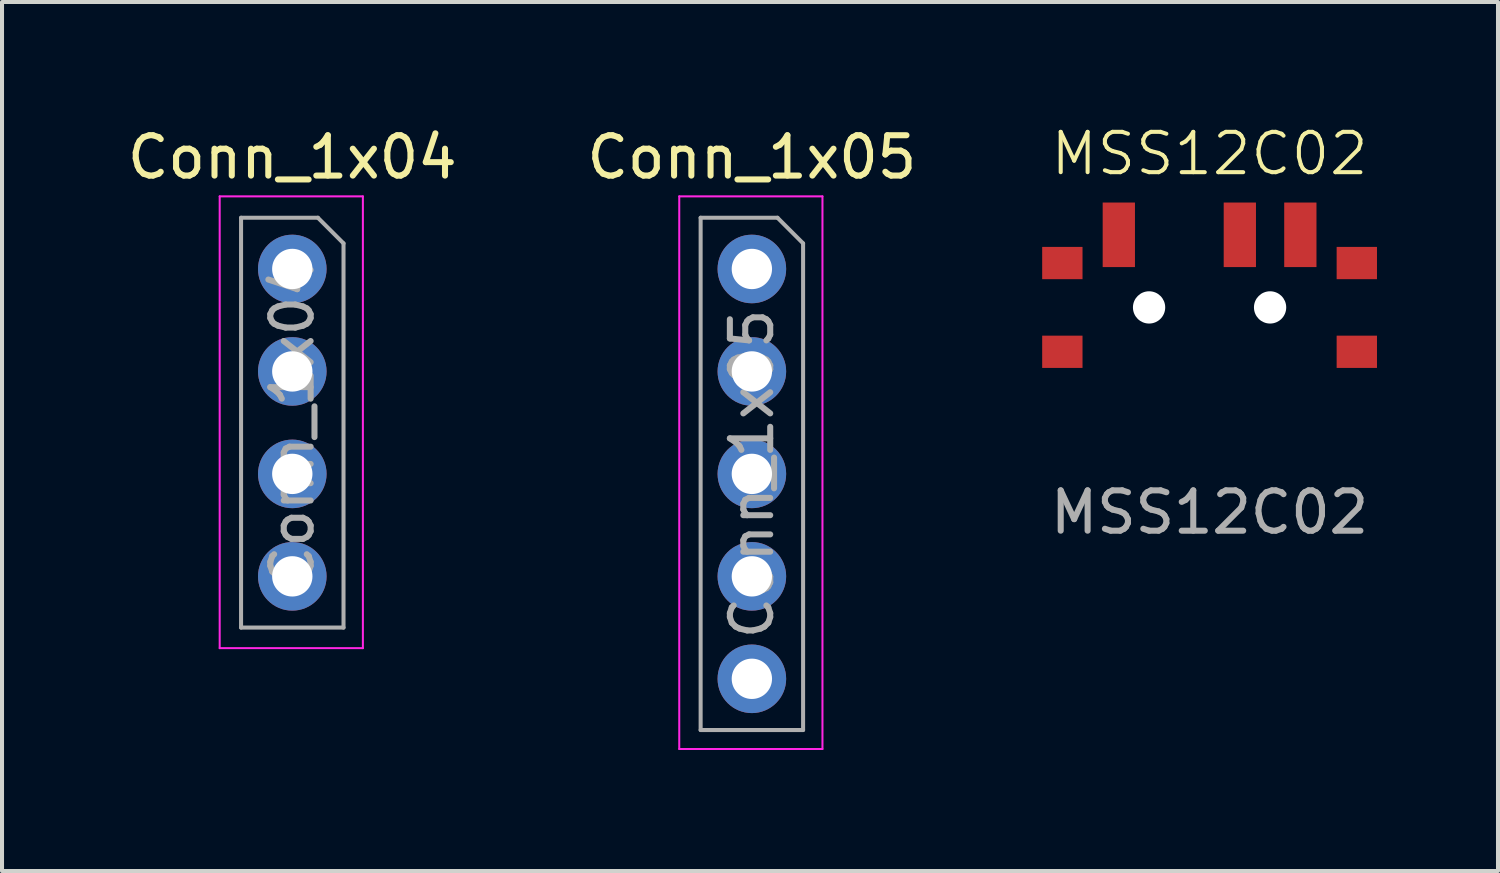
<source format=kicad_pcb>
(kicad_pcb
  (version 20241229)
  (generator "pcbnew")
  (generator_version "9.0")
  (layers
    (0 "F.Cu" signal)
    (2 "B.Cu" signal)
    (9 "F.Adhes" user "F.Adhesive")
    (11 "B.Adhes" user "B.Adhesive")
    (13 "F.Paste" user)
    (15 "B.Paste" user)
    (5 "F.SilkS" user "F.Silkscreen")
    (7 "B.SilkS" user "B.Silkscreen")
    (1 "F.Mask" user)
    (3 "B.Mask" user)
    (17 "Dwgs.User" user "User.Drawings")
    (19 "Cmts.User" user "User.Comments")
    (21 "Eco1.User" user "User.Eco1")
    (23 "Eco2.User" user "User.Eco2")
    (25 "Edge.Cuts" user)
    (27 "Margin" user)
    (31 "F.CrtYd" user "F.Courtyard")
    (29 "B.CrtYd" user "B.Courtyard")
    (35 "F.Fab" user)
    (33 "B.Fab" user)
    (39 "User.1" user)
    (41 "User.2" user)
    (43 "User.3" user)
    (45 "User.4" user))
  (footprint "Conn_1x05"
    (layer "F.Cu")
    (at 15.589 3.618)
    (property "Reference" "Conn_1x05" (at 0 -2.77 0) (layer "F.SilkS") (effects (font (size 1 1) (thickness 0.15))))
    (attr through_hole)
    (fp_line (start -1.8 -1.8) (end 1.75 -1.8) (stroke (width 0.05) (type solid)) (layer "F.CrtYd"))
    (fp_line (start -1.8 11.9) (end -1.8 -1.8) (stroke (width 0.05) (type solid)) (layer "F.CrtYd"))
    (fp_line (start 1.75 -1.8) (end 1.75 11.9) (stroke (width 0.05) (type solid)) (layer "F.CrtYd"))
    (fp_line (start 1.75 11.9) (end -1.8 11.9) (stroke (width 0.05) (type solid)) (layer "F.CrtYd"))
    (fp_line (start -1.27 -1.27) (end 0.635 -1.27) (stroke (width 0.1) (type solid)) (layer "F.Fab"))
    (fp_line (start -1.27 11.43) (end -1.27 -1.27) (stroke (width 0.1) (type solid)) (layer "F.Fab"))
    (fp_line (start 0.635 -1.27) (end 1.27 -0.635) (stroke (width 0.1) (type solid)) (layer "F.Fab"))
    (fp_line (start 1.27 -0.635) (end 1.27 11.43) (stroke (width 0.1) (type solid)) (layer "F.Fab"))
    (fp_line (start 1.27 11.43) (end -1.27 11.43) (stroke (width 0.1) (type solid)) (layer "F.Fab"))
    (fp_text user "${REFERENCE}" (at 0 5.08 90) (layer "F.Fab") (effects (font (size 1 1) (thickness 0.15))))
    (pad "1" thru_hole oval (at 0 0) (size 1.7 1.7) (drill 1) (layers "*.Cu" "*.Mask"))
    (pad "2" thru_hole oval (at 0 2.54) (size 1.7 1.7) (drill 1) (layers "*.Cu" "*.Mask"))
    (pad "3" thru_hole oval (at 0 5.08) (size 1.7 1.7) (drill 1) (layers "*.Cu" "*.Mask"))
    (pad "4" thru_hole oval (at 0 7.62) (size 1.7 1.7) (drill 1) (layers "*.Cu" "*.Mask"))
    (pad "5" thru_hole oval (at 0 10.16) (size 1.7 1.7) (drill 1) (layers "*.Cu" "*.Mask")))
  (footprint "Conn_1x04"
    (layer "F.Cu")
    (at 4.196 3.618)
    (property "Reference" "Conn_1x04" (at 0 -2.77 0) (layer "F.SilkS") (effects (font (size 1 1) (thickness 0.15))))
    (attr through_hole)
    (fp_line (start -1.8 -1.8) (end 1.75 -1.8) (stroke (width 0.05) (type solid)) (layer "F.CrtYd"))
    (fp_line (start -1.8 9.4) (end -1.8 -1.8) (stroke (width 0.05) (type solid)) (layer "F.CrtYd"))
    (fp_line (start 1.75 -1.8) (end 1.75 9.4) (stroke (width 0.05) (type solid)) (layer "F.CrtYd"))
    (fp_line (start 1.75 9.4) (end -1.8 9.4) (stroke (width 0.05) (type solid)) (layer "F.CrtYd"))
    (fp_line (start -1.27 -1.27) (end 0.635 -1.27) (stroke (width 0.1) (type solid)) (layer "F.Fab"))
    (fp_line (start -1.27 8.89) (end -1.27 -1.27) (stroke (width 0.1) (type solid)) (layer "F.Fab"))
    (fp_line (start 0.635 -1.27) (end 1.27 -0.635) (stroke (width 0.1) (type solid)) (layer "F.Fab"))
    (fp_line (start 1.27 -0.635) (end 1.27 8.89) (stroke (width 0.1) (type solid)) (layer "F.Fab"))
    (fp_line (start 1.27 8.89) (end -1.27 8.89) (stroke (width 0.1) (type solid)) (layer "F.Fab"))
    (fp_text user "${REFERENCE}" (at 0 3.81 90) (layer "F.Fab") (effects (font (size 1 1) (thickness 0.15))))
    (pad "1" thru_hole oval (at 0 0) (size 1.7 1.7) (drill 1) (layers "*.Cu" "*.Mask"))
    (pad "2" thru_hole oval (at 0 2.54) (size 1.7 1.7) (drill 1) (layers "*.Cu" "*.Mask"))
    (pad "3" thru_hole oval (at 0 5.08) (size 1.7 1.7) (drill 1) (layers "*.Cu" "*.Mask"))
    (pad "4" thru_hole oval (at 0 7.62) (size 1.7 1.7) (drill 1) (layers "*.Cu" "*.Mask")))
  (footprint "MSS12C02"
    (layer "F.Cu")
    (at 26.936 4.571)
    (property "Reference" "MSS12C02" (at 0 -3.81 0) (unlocked yes) (layer "F.SilkS") (effects (font (size 1 1) (thickness 0.1))))
    (attr smd)
    (fp_text user "${REFERENCE}" (at 0 5.08 0) (unlocked yes) (layer "F.Fab") (effects (font (size 1 1) (thickness 0.15))))
    (pad "" smd rect (at -3.65 -1.1) (size 1 0.8) (layers "F.Cu" "F.Mask" "F.Paste"))
    (pad "" smd rect (at -3.65 1.1) (size 1 0.8) (layers "F.Cu" "F.Mask" "F.Paste"))
    (pad "" np_thru_hole circle (at -1.5 0) (size 0.8 0.8) (drill oval 0.8) (layers "*.Cu" "*.Mask"))
    (pad "" np_thru_hole circle (at 1.5 0) (size 0.8 0.8) (drill oval 0.8) (layers "*.Cu" "*.Mask"))
    (pad "" smd rect (at 3.65 -1.1) (size 1 0.8) (layers "F.Cu" "F.Mask" "F.Paste"))
    (pad "" smd rect (at 3.65 1.1) (size 1 0.8) (layers "F.Cu" "F.Mask" "F.Paste"))
    (pad "1" smd rect (at 2.25 -1.8) (size 0.8 1.6) (layers "F.Cu" "F.Mask" "F.Paste"))
    (pad "2" smd rect (at 0.75 -1.8) (size 0.8 1.6) (layers "F.Cu" "F.Mask" "F.Paste"))
    (pad "3" smd rect (at -2.25 -1.8) (size 0.8 1.6) (layers "F.Cu" "F.Mask" "F.Paste")))
  (gr_rect
    (start -3 -3)
    (end 34.086 18.543)
    (stroke (width 0.1) (type default))
    (fill no)
    (layer "Edge.Cuts")))
</source>
